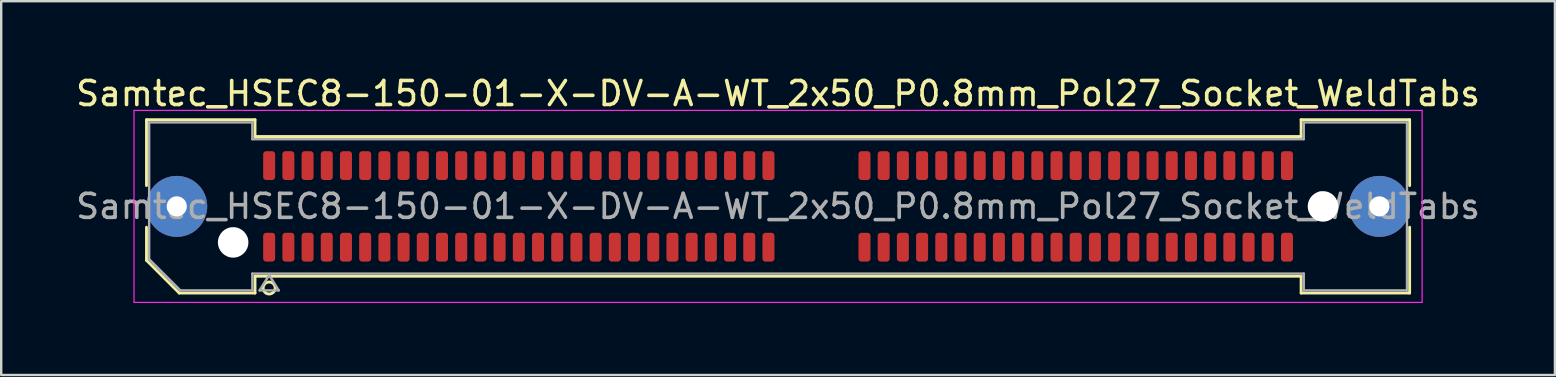
<source format=kicad_pcb>
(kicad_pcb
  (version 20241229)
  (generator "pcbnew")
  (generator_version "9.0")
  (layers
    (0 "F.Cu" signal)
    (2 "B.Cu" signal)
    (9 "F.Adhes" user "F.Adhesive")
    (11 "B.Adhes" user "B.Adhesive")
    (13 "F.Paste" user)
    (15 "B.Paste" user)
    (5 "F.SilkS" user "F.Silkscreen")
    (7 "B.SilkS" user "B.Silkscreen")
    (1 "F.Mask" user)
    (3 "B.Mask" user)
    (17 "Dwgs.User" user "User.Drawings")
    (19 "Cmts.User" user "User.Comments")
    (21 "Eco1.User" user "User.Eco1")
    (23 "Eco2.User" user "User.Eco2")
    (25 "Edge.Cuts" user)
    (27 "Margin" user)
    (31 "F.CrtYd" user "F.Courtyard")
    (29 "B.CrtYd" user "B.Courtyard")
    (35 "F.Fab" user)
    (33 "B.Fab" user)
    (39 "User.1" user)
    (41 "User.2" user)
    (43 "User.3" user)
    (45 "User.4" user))
  (footprint "Samtec_HSEC8-150-01-X-DV-A-WT_2x50_P0.8mm_Pol27_Socket_WeldTabs"
    (layer "F.Cu")
    (at 29.363 5.548)
    (property "Reference" "Samtec_HSEC8-150-01-X-DV-A-WT_2x50_P0.8mm_Pol27_Socket_WeldTabs" (at 0 -4.7 0) (layer "F.SilkS") (effects (font (size 1 1) (thickness 0.15))))
    (attr smd)
    (fp_line (start -26.31 -3.61) (end -21.79 -3.61) (stroke (width 0.12) (type solid)) (layer "F.SilkS"))
    (fp_line (start -26.31 -0.868) (end -26.31 -3.61) (stroke (width 0.12) (type solid)) (layer "F.SilkS"))
    (fp_line (start -26.31 2.246) (end -26.31 0.868) (stroke (width 0.12) (type solid)) (layer "F.SilkS"))
    (fp_line (start -24.946 3.61) (end -26.31 2.246) (stroke (width 0.12) (type solid)) (layer "F.SilkS"))
    (fp_line (start -21.79 -3.61) (end -21.79 -2.91) (stroke (width 0.12) (type solid)) (layer "F.SilkS"))
    (fp_line (start -21.79 -2.91) (end 21.79 -2.91) (stroke (width 0.12) (type solid)) (layer "F.SilkS"))
    (fp_line (start -21.79 2.91) (end -21.79 3.61) (stroke (width 0.12) (type solid)) (layer "F.SilkS"))
    (fp_line (start -21.79 3.61) (end -24.946 3.61) (stroke (width 0.12) (type solid)) (layer "F.SilkS"))
    (fp_line (start 21.79 -3.61) (end 26.31 -3.61) (stroke (width 0.12) (type solid)) (layer "F.SilkS"))
    (fp_line (start 21.79 -2.91) (end 21.79 -3.61) (stroke (width 0.12) (type solid)) (layer "F.SilkS"))
    (fp_line (start 21.79 2.91) (end -21.79 2.91) (stroke (width 0.12) (type solid)) (layer "F.SilkS"))
    (fp_line (start 21.79 3.61) (end 21.79 2.91) (stroke (width 0.12) (type solid)) (layer "F.SilkS"))
    (fp_line (start 26.31 -3.61) (end 26.31 -0.868) (stroke (width 0.12) (type solid)) (layer "F.SilkS"))
    (fp_line (start 26.31 0.868) (end 26.31 3.61) (stroke (width 0.12) (type solid)) (layer "F.SilkS"))
    (fp_line (start 26.31 3.61) (end 21.79 3.61) (stroke (width 0.12) (type solid)) (layer "F.SilkS"))
    (fp_circle (center -21.2 3.4) (end -20.95 3.4) (stroke (width 0.12) (type solid)) (fill no) (layer "F.SilkS"))
    (fp_line (start -26.83 -4) (end -26.83 4) (stroke (width 0.05) (type solid)) (layer "F.CrtYd"))
    (fp_line (start -26.83 4) (end 26.83 4) (stroke (width 0.05) (type solid)) (layer "F.CrtYd"))
    (fp_line (start 26.83 -4) (end -26.83 -4) (stroke (width 0.05) (type solid)) (layer "F.CrtYd"))
    (fp_line (start 26.83 4) (end 26.83 -4) (stroke (width 0.05) (type solid)) (layer "F.CrtYd"))
    (fp_line (start -26.2 -3.5) (end -21.9 -3.5) (stroke (width 0.1) (type solid)) (layer "F.Fab"))
    (fp_line (start -26.2 2.2) (end -26.2 -3.5) (stroke (width 0.1) (type solid)) (layer "F.Fab"))
    (fp_line (start -24.9 3.5) (end -26.2 2.2) (stroke (width 0.1) (type solid)) (layer "F.Fab"))
    (fp_line (start -21.9 -3.5) (end -21.9 -2.8) (stroke (width 0.1) (type solid)) (layer "F.Fab"))
    (fp_line (start -21.9 -2.8) (end 21.9 -2.8) (stroke (width 0.1) (type solid)) (layer "F.Fab"))
    (fp_line (start -21.9 2.8) (end -21.9 3.5) (stroke (width 0.1) (type solid)) (layer "F.Fab"))
    (fp_line (start -21.9 3.5) (end -24.9 3.5) (stroke (width 0.1) (type solid)) (layer "F.Fab"))
    (fp_line (start -21.6 3.5) (end -21.2 2.86) (stroke (width 0.1) (type solid)) (layer "F.Fab"))
    (fp_line (start -21.2 2.86) (end -20.8 3.5) (stroke (width 0.1) (type solid)) (layer "F.Fab"))
    (fp_line (start -20.8 3.5) (end -21.6 3.5) (stroke (width 0.1) (type solid)) (layer "F.Fab"))
    (fp_line (start 21.9 -3.5) (end 26.2 -3.5) (stroke (width 0.1) (type solid)) (layer "F.Fab"))
    (fp_line (start 21.9 -2.8) (end 21.9 -3.5) (stroke (width 0.1) (type solid)) (layer "F.Fab"))
    (fp_line (start 21.9 2.8) (end -21.9 2.8) (stroke (width 0.1) (type solid)) (layer "F.Fab"))
    (fp_line (start 21.9 3.5) (end 21.9 2.8) (stroke (width 0.1) (type solid)) (layer "F.Fab"))
    (fp_line (start 26.2 -3.5) (end 26.2 3.5) (stroke (width 0.1) (type solid)) (layer "F.Fab"))
    (fp_line (start 26.2 3.5) (end 21.9 3.5) (stroke (width 0.1) (type solid)) (layer "F.Fab"))
    (fp_text user "${REFERENCE}" (at 0 0 0) (layer "F.Fab") (effects (font (size 1 1) (thickness 0.15))))
    (pad "" thru_hole circle (at -25.05 0) (size 2.54 2.54) (drill 0.84) (layers "*.Cu" "*.Mask" "F.Paste"))
    (pad "" np_thru_hole circle (at -22.7 1.5) (size 1.27 1.27) (drill 1.27) (layers "*.Cu" "*.Mask"))
    (pad "" np_thru_hole circle (at 22.7 0) (size 1.27 1.27) (drill 1.27) (layers "*.Cu" "*.Mask"))
    (pad "" thru_hole circle (at 25.05 0) (size 2.54 2.54) (drill 0.84) (layers "*.Cu" "*.Mask" "F.Paste"))
    (pad "1" smd roundrect (at -21.2 1.7) (size 0.5 1.2) (layers "F.Cu" "F.Mask" "F.Paste") (roundrect_rratio 0.25))
    (pad "2" smd roundrect (at -21.2 -1.7) (size 0.5 1.2) (layers "F.Cu" "F.Mask" "F.Paste") (roundrect_rratio 0.25))
    (pad "3" smd roundrect (at -20.4 1.7) (size 0.5 1.2) (layers "F.Cu" "F.Mask" "F.Paste") (roundrect_rratio 0.25))
    (pad "4" smd roundrect (at -20.4 -1.7) (size 0.5 1.2) (layers "F.Cu" "F.Mask" "F.Paste") (roundrect_rratio 0.25))
    (pad "5" smd roundrect (at -19.6 1.7) (size 0.5 1.2) (layers "F.Cu" "F.Mask" "F.Paste") (roundrect_rratio 0.25))
    (pad "6" smd roundrect (at -19.6 -1.7) (size 0.5 1.2) (layers "F.Cu" "F.Mask" "F.Paste") (roundrect_rratio 0.25))
    (pad "7" smd roundrect (at -18.8 1.7) (size 0.5 1.2) (layers "F.Cu" "F.Mask" "F.Paste") (roundrect_rratio 0.25))
    (pad "8" smd roundrect (at -18.8 -1.7) (size 0.5 1.2) (layers "F.Cu" "F.Mask" "F.Paste") (roundrect_rratio 0.25))
    (pad "9" smd roundrect (at -18 1.7) (size 0.5 1.2) (layers "F.Cu" "F.Mask" "F.Paste") (roundrect_rratio 0.25))
    (pad "10" smd roundrect (at -18 -1.7) (size 0.5 1.2) (layers "F.Cu" "F.Mask" "F.Paste") (roundrect_rratio 0.25))
    (pad "11" smd roundrect (at -17.2 1.7) (size 0.5 1.2) (layers "F.Cu" "F.Mask" "F.Paste") (roundrect_rratio 0.25))
    (pad "12" smd roundrect (at -17.2 -1.7) (size 0.5 1.2) (layers "F.Cu" "F.Mask" "F.Paste") (roundrect_rratio 0.25))
    (pad "13" smd roundrect (at -16.4 1.7) (size 0.5 1.2) (layers "F.Cu" "F.Mask" "F.Paste") (roundrect_rratio 0.25))
    (pad "14" smd roundrect (at -16.4 -1.7) (size 0.5 1.2) (layers "F.Cu" "F.Mask" "F.Paste") (roundrect_rratio 0.25))
    (pad "15" smd roundrect (at -15.6 1.7) (size 0.5 1.2) (layers "F.Cu" "F.Mask" "F.Paste") (roundrect_rratio 0.25))
    (pad "16" smd roundrect (at -15.6 -1.7) (size 0.5 1.2) (layers "F.Cu" "F.Mask" "F.Paste") (roundrect_rratio 0.25))
    (pad "17" smd roundrect (at -14.8 1.7) (size 0.5 1.2) (layers "F.Cu" "F.Mask" "F.Paste") (roundrect_rratio 0.25))
    (pad "18" smd roundrect (at -14.8 -1.7) (size 0.5 1.2) (layers "F.Cu" "F.Mask" "F.Paste") (roundrect_rratio 0.25))
    (pad "19" smd roundrect (at -14 1.7) (size 0.5 1.2) (layers "F.Cu" "F.Mask" "F.Paste") (roundrect_rratio 0.25))
    (pad "20" smd roundrect (at -14 -1.7) (size 0.5 1.2) (layers "F.Cu" "F.Mask" "F.Paste") (roundrect_rratio 0.25))
    (pad "21" smd roundrect (at -13.2 1.7) (size 0.5 1.2) (layers "F.Cu" "F.Mask" "F.Paste") (roundrect_rratio 0.25))
    (pad "22" smd roundrect (at -13.2 -1.7) (size 0.5 1.2) (layers "F.Cu" "F.Mask" "F.Paste") (roundrect_rratio 0.25))
    (pad "23" smd roundrect (at -12.4 1.7) (size 0.5 1.2) (layers "F.Cu" "F.Mask" "F.Paste") (roundrect_rratio 0.25))
    (pad "24" smd roundrect (at -12.4 -1.7) (size 0.5 1.2) (layers "F.Cu" "F.Mask" "F.Paste") (roundrect_rratio 0.25))
    (pad "25" smd roundrect (at -11.6 1.7) (size 0.5 1.2) (layers "F.Cu" "F.Mask" "F.Paste") (roundrect_rratio 0.25))
    (pad "26" smd roundrect (at -11.6 -1.7) (size 0.5 1.2) (layers "F.Cu" "F.Mask" "F.Paste") (roundrect_rratio 0.25))
    (pad "27" smd roundrect (at -10.8 1.7) (size 0.5 1.2) (layers "F.Cu" "F.Mask" "F.Paste") (roundrect_rratio 0.25))
    (pad "28" smd roundrect (at -10.8 -1.7) (size 0.5 1.2) (layers "F.Cu" "F.Mask" "F.Paste") (roundrect_rratio 0.25))
    (pad "29" smd roundrect (at -10 1.7) (size 0.5 1.2) (layers "F.Cu" "F.Mask" "F.Paste") (roundrect_rratio 0.25))
    (pad "30" smd roundrect (at -10 -1.7) (size 0.5 1.2) (layers "F.Cu" "F.Mask" "F.Paste") (roundrect_rratio 0.25))
    (pad "31" smd roundrect (at -9.2 1.7) (size 0.5 1.2) (layers "F.Cu" "F.Mask" "F.Paste") (roundrect_rratio 0.25))
    (pad "32" smd roundrect (at -9.2 -1.7) (size 0.5 1.2) (layers "F.Cu" "F.Mask" "F.Paste") (roundrect_rratio 0.25))
    (pad "33" smd roundrect (at -8.4 1.7) (size 0.5 1.2) (layers "F.Cu" "F.Mask" "F.Paste") (roundrect_rratio 0.25))
    (pad "34" smd roundrect (at -8.4 -1.7) (size 0.5 1.2) (layers "F.Cu" "F.Mask" "F.Paste") (roundrect_rratio 0.25))
    (pad "35" smd roundrect (at -7.6 1.7) (size 0.5 1.2) (layers "F.Cu" "F.Mask" "F.Paste") (roundrect_rratio 0.25))
    (pad "36" smd roundrect (at -7.6 -1.7) (size 0.5 1.2) (layers "F.Cu" "F.Mask" "F.Paste") (roundrect_rratio 0.25))
    (pad "37" smd roundrect (at -6.8 1.7) (size 0.5 1.2) (layers "F.Cu" "F.Mask" "F.Paste") (roundrect_rratio 0.25))
    (pad "38" smd roundrect (at -6.8 -1.7) (size 0.5 1.2) (layers "F.Cu" "F.Mask" "F.Paste") (roundrect_rratio 0.25))
    (pad "39" smd roundrect (at -6 1.7) (size 0.5 1.2) (layers "F.Cu" "F.Mask" "F.Paste") (roundrect_rratio 0.25))
    (pad "40" smd roundrect (at -6 -1.7) (size 0.5 1.2) (layers "F.Cu" "F.Mask" "F.Paste") (roundrect_rratio 0.25))
    (pad "41" smd roundrect (at -5.2 1.7) (size 0.5 1.2) (layers "F.Cu" "F.Mask" "F.Paste") (roundrect_rratio 0.25))
    (pad "42" smd roundrect (at -5.2 -1.7) (size 0.5 1.2) (layers "F.Cu" "F.Mask" "F.Paste") (roundrect_rratio 0.25))
    (pad "43" smd roundrect (at -4.4 1.7) (size 0.5 1.2) (layers "F.Cu" "F.Mask" "F.Paste") (roundrect_rratio 0.25))
    (pad "44" smd roundrect (at -4.4 -1.7) (size 0.5 1.2) (layers "F.Cu" "F.Mask" "F.Paste") (roundrect_rratio 0.25))
    (pad "45" smd roundrect (at -3.6 1.7) (size 0.5 1.2) (layers "F.Cu" "F.Mask" "F.Paste") (roundrect_rratio 0.25))
    (pad "46" smd roundrect (at -3.6 -1.7) (size 0.5 1.2) (layers "F.Cu" "F.Mask" "F.Paste") (roundrect_rratio 0.25))
    (pad "47" smd roundrect (at -2.8 1.7) (size 0.5 1.2) (layers "F.Cu" "F.Mask" "F.Paste") (roundrect_rratio 0.25))
    (pad "48" smd roundrect (at -2.8 -1.7) (size 0.5 1.2) (layers "F.Cu" "F.Mask" "F.Paste") (roundrect_rratio 0.25))
    (pad "49" smd roundrect (at -2 1.7) (size 0.5 1.2) (layers "F.Cu" "F.Mask" "F.Paste") (roundrect_rratio 0.25))
    (pad "50" smd roundrect (at -2 -1.7) (size 0.5 1.2) (layers "F.Cu" "F.Mask" "F.Paste") (roundrect_rratio 0.25))
    (pad "51" smd roundrect (at -1.2 1.7) (size 0.5 1.2) (layers "F.Cu" "F.Mask" "F.Paste") (roundrect_rratio 0.25))
    (pad "52" smd roundrect (at -1.2 -1.7) (size 0.5 1.2) (layers "F.Cu" "F.Mask" "F.Paste") (roundrect_rratio 0.25))
    (pad "53" smd roundrect (at -0.4 1.7) (size 0.5 1.2) (layers "F.Cu" "F.Mask" "F.Paste") (roundrect_rratio 0.25))
    (pad "54" smd roundrect (at -0.4 -1.7) (size 0.5 1.2) (layers "F.Cu" "F.Mask" "F.Paste") (roundrect_rratio 0.25))
    (pad "55" smd roundrect (at 3.6 1.7) (size 0.5 1.2) (layers "F.Cu" "F.Mask" "F.Paste") (roundrect_rratio 0.25))
    (pad "56" smd roundrect (at 3.6 -1.7) (size 0.5 1.2) (layers "F.Cu" "F.Mask" "F.Paste") (roundrect_rratio 0.25))
    (pad "57" smd roundrect (at 4.4 1.7) (size 0.5 1.2) (layers "F.Cu" "F.Mask" "F.Paste") (roundrect_rratio 0.25))
    (pad "58" smd roundrect (at 4.4 -1.7) (size 0.5 1.2) (layers "F.Cu" "F.Mask" "F.Paste") (roundrect_rratio 0.25))
    (pad "59" smd roundrect (at 5.2 1.7) (size 0.5 1.2) (layers "F.Cu" "F.Mask" "F.Paste") (roundrect_rratio 0.25))
    (pad "60" smd roundrect (at 5.2 -1.7) (size 0.5 1.2) (layers "F.Cu" "F.Mask" "F.Paste") (roundrect_rratio 0.25))
    (pad "61" smd roundrect (at 6 1.7) (size 0.5 1.2) (layers "F.Cu" "F.Mask" "F.Paste") (roundrect_rratio 0.25))
    (pad "62" smd roundrect (at 6 -1.7) (size 0.5 1.2) (layers "F.Cu" "F.Mask" "F.Paste") (roundrect_rratio 0.25))
    (pad "63" smd roundrect (at 6.8 1.7) (size 0.5 1.2) (layers "F.Cu" "F.Mask" "F.Paste") (roundrect_rratio 0.25))
    (pad "64" smd roundrect (at 6.8 -1.7) (size 0.5 1.2) (layers "F.Cu" "F.Mask" "F.Paste") (roundrect_rratio 0.25))
    (pad "65" smd roundrect (at 7.6 1.7) (size 0.5 1.2) (layers "F.Cu" "F.Mask" "F.Paste") (roundrect_rratio 0.25))
    (pad "66" smd roundrect (at 7.6 -1.7) (size 0.5 1.2) (layers "F.Cu" "F.Mask" "F.Paste") (roundrect_rratio 0.25))
    (pad "67" smd roundrect (at 8.4 1.7) (size 0.5 1.2) (layers "F.Cu" "F.Mask" "F.Paste") (roundrect_rratio 0.25))
    (pad "68" smd roundrect (at 8.4 -1.7) (size 0.5 1.2) (layers "F.Cu" "F.Mask" "F.Paste") (roundrect_rratio 0.25))
    (pad "69" smd roundrect (at 9.2 1.7) (size 0.5 1.2) (layers "F.Cu" "F.Mask" "F.Paste") (roundrect_rratio 0.25))
    (pad "70" smd roundrect (at 9.2 -1.7) (size 0.5 1.2) (layers "F.Cu" "F.Mask" "F.Paste") (roundrect_rratio 0.25))
    (pad "71" smd roundrect (at 10 1.7) (size 0.5 1.2) (layers "F.Cu" "F.Mask" "F.Paste") (roundrect_rratio 0.25))
    (pad "72" smd roundrect (at 10 -1.7) (size 0.5 1.2) (layers "F.Cu" "F.Mask" "F.Paste") (roundrect_rratio 0.25))
    (pad "73" smd roundrect (at 10.8 1.7) (size 0.5 1.2) (layers "F.Cu" "F.Mask" "F.Paste") (roundrect_rratio 0.25))
    (pad "74" smd roundrect (at 10.8 -1.7) (size 0.5 1.2) (layers "F.Cu" "F.Mask" "F.Paste") (roundrect_rratio 0.25))
    (pad "75" smd roundrect (at 11.6 1.7) (size 0.5 1.2) (layers "F.Cu" "F.Mask" "F.Paste") (roundrect_rratio 0.25))
    (pad "76" smd roundrect (at 11.6 -1.7) (size 0.5 1.2) (layers "F.Cu" "F.Mask" "F.Paste") (roundrect_rratio 0.25))
    (pad "77" smd roundrect (at 12.4 1.7) (size 0.5 1.2) (layers "F.Cu" "F.Mask" "F.Paste") (roundrect_rratio 0.25))
    (pad "78" smd roundrect (at 12.4 -1.7) (size 0.5 1.2) (layers "F.Cu" "F.Mask" "F.Paste") (roundrect_rratio 0.25))
    (pad "79" smd roundrect (at 13.2 1.7) (size 0.5 1.2) (layers "F.Cu" "F.Mask" "F.Paste") (roundrect_rratio 0.25))
    (pad "80" smd roundrect (at 13.2 -1.7) (size 0.5 1.2) (layers "F.Cu" "F.Mask" "F.Paste") (roundrect_rratio 0.25))
    (pad "81" smd roundrect (at 14 1.7) (size 0.5 1.2) (layers "F.Cu" "F.Mask" "F.Paste") (roundrect_rratio 0.25))
    (pad "82" smd roundrect (at 14 -1.7) (size 0.5 1.2) (layers "F.Cu" "F.Mask" "F.Paste") (roundrect_rratio 0.25))
    (pad "83" smd roundrect (at 14.8 1.7) (size 0.5 1.2) (layers "F.Cu" "F.Mask" "F.Paste") (roundrect_rratio 0.25))
    (pad "84" smd roundrect (at 14.8 -1.7) (size 0.5 1.2) (layers "F.Cu" "F.Mask" "F.Paste") (roundrect_rratio 0.25))
    (pad "85" smd roundrect (at 15.6 1.7) (size 0.5 1.2) (layers "F.Cu" "F.Mask" "F.Paste") (roundrect_rratio 0.25))
    (pad "86" smd roundrect (at 15.6 -1.7) (size 0.5 1.2) (layers "F.Cu" "F.Mask" "F.Paste") (roundrect_rratio 0.25))
    (pad "87" smd roundrect (at 16.4 1.7) (size 0.5 1.2) (layers "F.Cu" "F.Mask" "F.Paste") (roundrect_rratio 0.25))
    (pad "88" smd roundrect (at 16.4 -1.7) (size 0.5 1.2) (layers "F.Cu" "F.Mask" "F.Paste") (roundrect_rratio 0.25))
    (pad "89" smd roundrect (at 17.2 1.7) (size 0.5 1.2) (layers "F.Cu" "F.Mask" "F.Paste") (roundrect_rratio 0.25))
    (pad "90" smd roundrect (at 17.2 -1.7) (size 0.5 1.2) (layers "F.Cu" "F.Mask" "F.Paste") (roundrect_rratio 0.25))
    (pad "91" smd roundrect (at 18 1.7) (size 0.5 1.2) (layers "F.Cu" "F.Mask" "F.Paste") (roundrect_rratio 0.25))
    (pad "92" smd roundrect (at 18 -1.7) (size 0.5 1.2) (layers "F.Cu" "F.Mask" "F.Paste") (roundrect_rratio 0.25))
    (pad "93" smd roundrect (at 18.8 1.7) (size 0.5 1.2) (layers "F.Cu" "F.Mask" "F.Paste") (roundrect_rratio 0.25))
    (pad "94" smd roundrect (at 18.8 -1.7) (size 0.5 1.2) (layers "F.Cu" "F.Mask" "F.Paste") (roundrect_rratio 0.25))
    (pad "95" smd roundrect (at 19.6 1.7) (size 0.5 1.2) (layers "F.Cu" "F.Mask" "F.Paste") (roundrect_rratio 0.25))
    (pad "96" smd roundrect (at 19.6 -1.7) (size 0.5 1.2) (layers "F.Cu" "F.Mask" "F.Paste") (roundrect_rratio 0.25))
    (pad "97" smd roundrect (at 20.4 1.7) (size 0.5 1.2) (layers "F.Cu" "F.Mask" "F.Paste") (roundrect_rratio 0.25))
    (pad "98" smd roundrect (at 20.4 -1.7) (size 0.5 1.2) (layers "F.Cu" "F.Mask" "F.Paste") (roundrect_rratio 0.25))
    (pad "99" smd roundrect (at 21.2 1.7) (size 0.5 1.2) (layers "F.Cu" "F.Mask" "F.Paste") (roundrect_rratio 0.25))
    (pad "100" smd roundrect (at 21.2 -1.7) (size 0.5 1.2) (layers "F.Cu" "F.Mask" "F.Paste") (roundrect_rratio 0.25)))
  (gr_rect
    (start -3 -3)
    (end 61.726 12.573)
    (stroke (width 0.1) (type default))
    (fill no)
    (layer "Edge.Cuts")))
</source>
